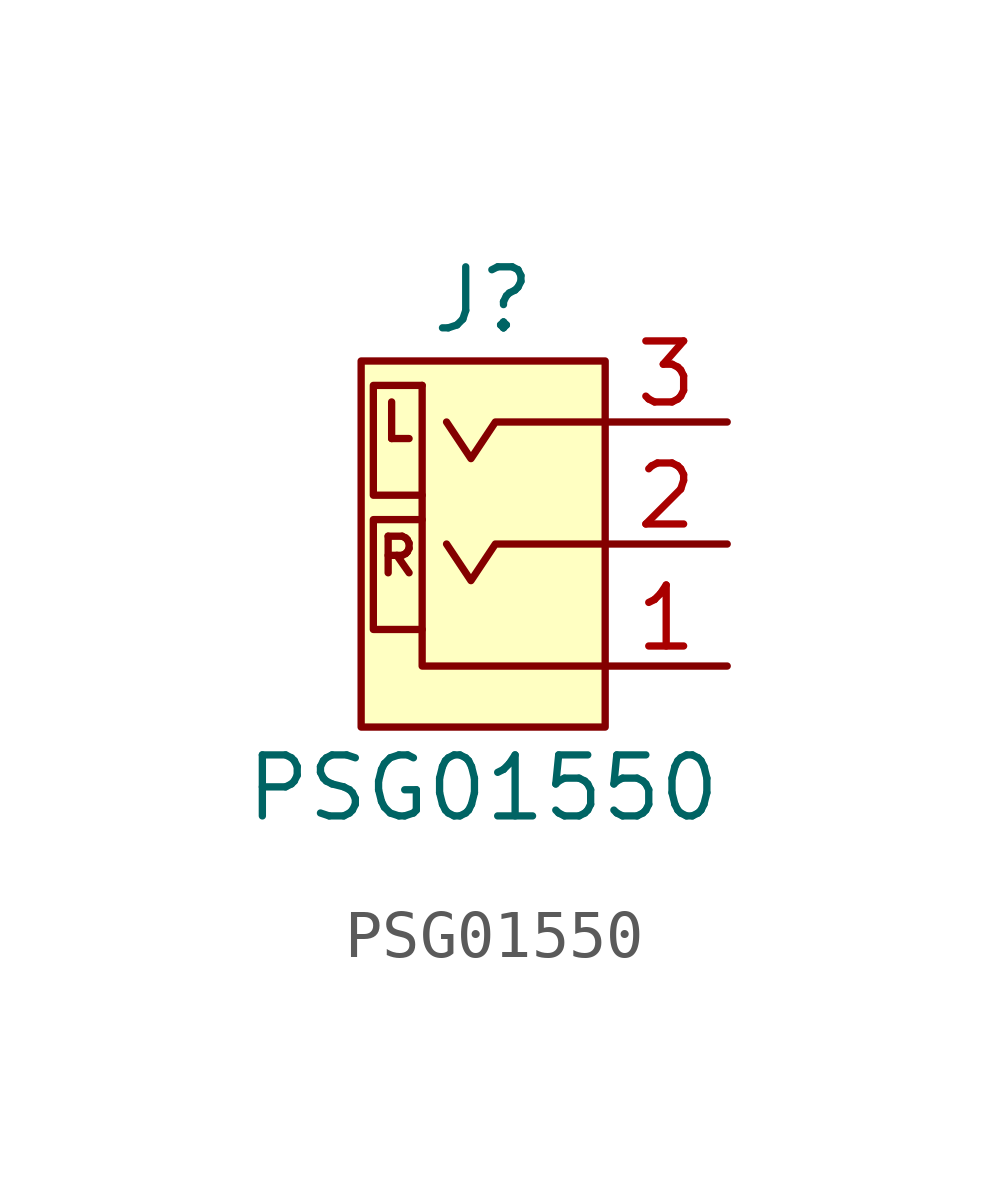
<source format=kicad_sym>
(kicad_symbol_lib
  (version 20211014)
  (generator kicad_symbol_editor)
  (symbol "PSG01550"
    (pin_names
      (offset 1.016) hide)
    (property "Reference" "J"
      (at 0 5.08 0)
      (effects (font (size 1.27 1.27))))
    (property "Value" "PSG01550"
      (at 0 -5.08 0)
      (effects (font (size 1.27 1.27))))
    (symbol "PSG01550_0_0"
      (polyline (pts (xy 2.54 -2.54) (xy -1.27 -2.54) (xy -1.27 3.302)) (stroke (width 0) (type default) (color 0 0 0 0)) (fill (type none)))
      (polyline (pts (xy -1.27 0.508) (xy -2.286 0.508) (xy -2.286 -1.778) (xy -1.27 -1.778)) (stroke (width 0) (type default) (color 0 0 0 0)) (fill (type none)))
      (polyline (pts (xy -1.27 3.302) (xy -2.286 3.302) (xy -2.286 1.016) (xy -1.27 1.016)) (stroke (width 0) (type default) (color 0 0 0 0)) (fill (type none)))
      (polyline (pts (xy 2.54 0) (xy 0.254 0) (xy -0.254 -0.762) (xy -0.762 0)) (stroke (width 0) (type default) (color 0 0 0 0)) (fill (type none)))
      (polyline (pts (xy 2.54 2.54) (xy 0.254 2.54) (xy -0.254 1.778) (xy -0.762 2.54)) (stroke (width 0) (type default) (color 0 0 0 0)) (fill (type none)))
      (rectangle (start 2.54 3.81) (end -2.54 -3.81) (stroke (width 0) (type default) (color 0 0 0 0)) (fill (type background)))
      (text "L" (at -1.778 2.54 0) (effects (font (size 0.762 0.762))))
      (text "R" (at -1.778 -0.254 0) (effects (font (size 0.762 0.762)))))
    (symbol "PSG01550_1_1"
      (pin passive line (at 5.08 -2.54 180) (length 2.54) (name "~" (effects (font (size 1.27 1.27)))) (number "1" (effects (font (size 1.27 1.27)))))
      (pin passive line (at 5.08 0 180) (length 2.54) (name "~" (effects (font (size 1.27 1.27)))) (number "2" (effects (font (size 1.27 1.27)))))
      (pin passive line (at 5.08 2.54 180) (length 2.54) (name "~" (effects (font (size 1.27 1.27)))) (number "3" (effects (font (size 1.27 1.27))))))))
</source>
